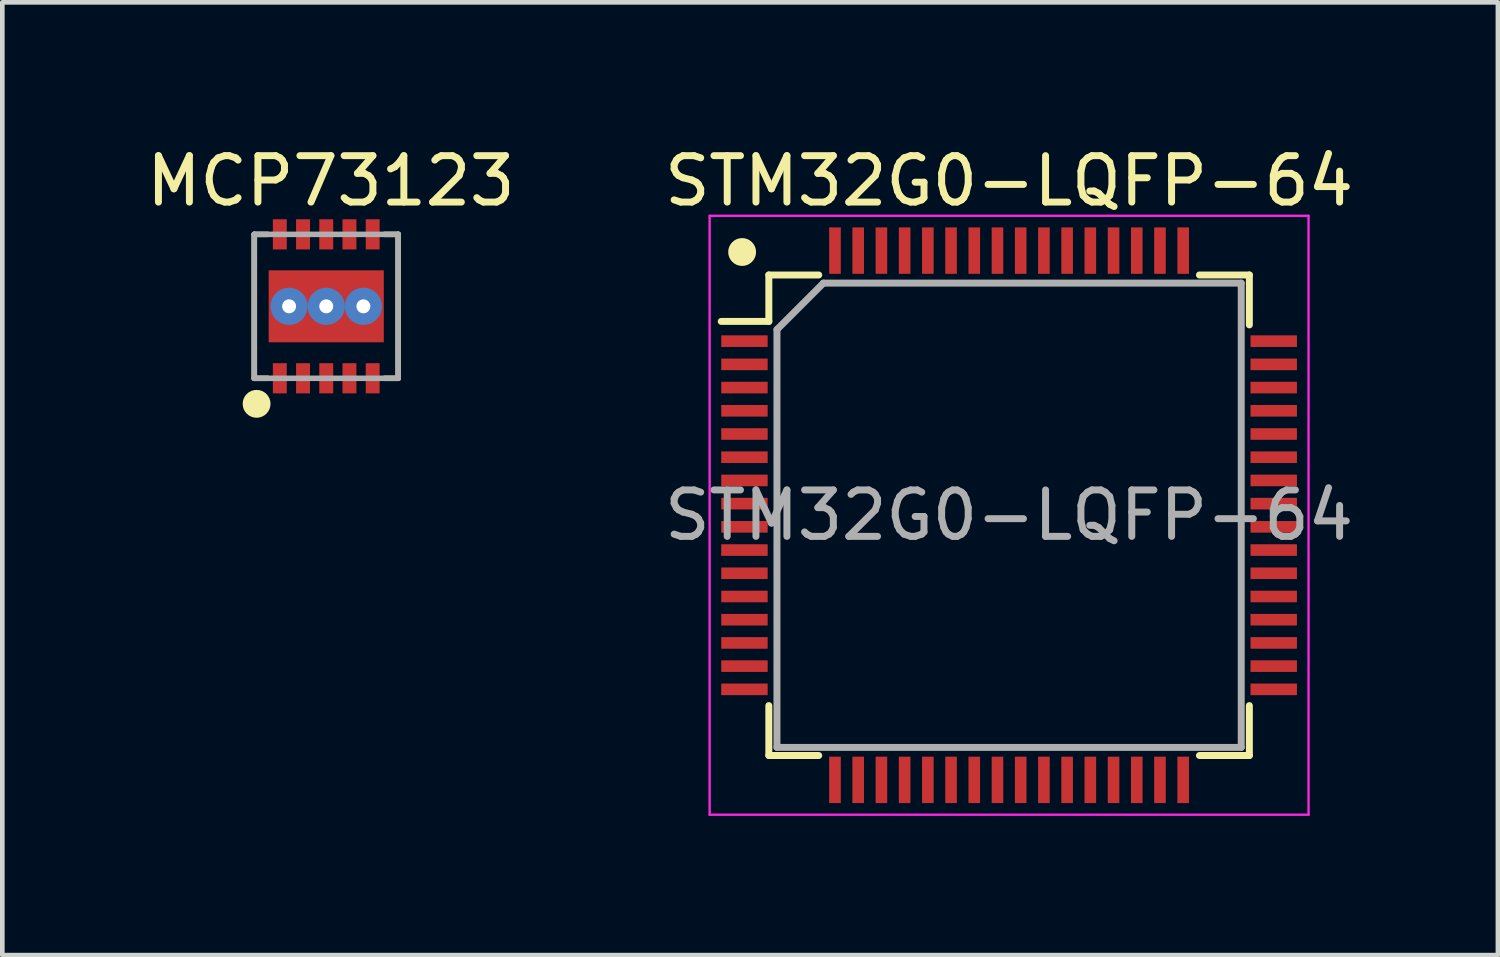
<source format=kicad_pcb>
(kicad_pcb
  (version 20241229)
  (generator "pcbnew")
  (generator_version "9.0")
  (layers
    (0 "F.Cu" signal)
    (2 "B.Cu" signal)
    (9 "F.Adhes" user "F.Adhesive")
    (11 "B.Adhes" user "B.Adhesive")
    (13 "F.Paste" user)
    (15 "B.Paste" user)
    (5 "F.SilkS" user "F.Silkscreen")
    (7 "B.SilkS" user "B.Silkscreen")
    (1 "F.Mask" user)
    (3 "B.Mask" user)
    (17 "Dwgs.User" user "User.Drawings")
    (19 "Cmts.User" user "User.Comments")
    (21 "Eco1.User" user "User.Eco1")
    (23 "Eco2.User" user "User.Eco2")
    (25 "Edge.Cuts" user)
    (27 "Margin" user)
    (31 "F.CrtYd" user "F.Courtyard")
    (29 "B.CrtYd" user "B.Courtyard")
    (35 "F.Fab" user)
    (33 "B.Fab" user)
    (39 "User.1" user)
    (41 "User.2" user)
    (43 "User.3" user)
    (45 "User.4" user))
  (footprint "MCP73123"
    (layer "F.Cu")
    (at 3.977 3.548)
    (property "Reference" "MCP73123" (at 0.1 -2.7 0) (layer "F.SilkS") (effects (font (size 1 1) (thickness 0.15))))
    (attr through_hole)
    (fp_line (start -1.55 -1.55) (end -1.55 1.55) (stroke (width 0.12) (type solid)) (layer "F.SilkS"))
    (fp_line (start -1.55 1.55) (end -1.26 1.55) (stroke (width 0.12) (type solid)) (layer "F.SilkS"))
    (fp_line (start -1.26 -1.55) (end -1.55 -1.55) (stroke (width 0.12) (type solid)) (layer "F.SilkS"))
    (fp_line (start 1.26 -1.55) (end 1.55 -1.55) (stroke (width 0.12) (type solid)) (layer "F.SilkS"))
    (fp_line (start 1.55 -1.55) (end 1.55 1.55) (stroke (width 0.12) (type solid)) (layer "F.SilkS"))
    (fp_line (start 1.55 1.55) (end 1.26 1.55) (stroke (width 0.12) (type solid)) (layer "F.SilkS"))
    (fp_circle (center -1.5 2.1) (end -1.35 2.1) (stroke (width 0.3) (type solid)) (fill no) (layer "F.SilkS"))
    (fp_line (start -1.55 -1.55) (end -1.55 1.55) (stroke (width 0.12) (type solid)) (layer "F.Fab"))
    (fp_line (start -1.55 -1.55) (end 1.55 -1.55) (stroke (width 0.12) (type solid)) (layer "F.Fab"))
    (fp_line (start -1.55 1.55) (end 1.55 1.55) (stroke (width 0.12) (type solid)) (layer "F.Fab"))
    (fp_line (start 1.55 -1.55) (end 1.55 1.55) (stroke (width 0.12) (type solid)) (layer "F.Fab"))
    (pad "1" smd rect (at -1 1.55) (size 0.3 0.65) (layers "F.Cu" "F.Mask" "F.Paste"))
    (pad "2" smd rect (at -0.5 1.55) (size 0.3 0.65) (layers "F.Cu" "F.Mask" "F.Paste"))
    (pad "3" smd rect (at 0 1.55) (size 0.3 0.65) (layers "F.Cu" "F.Mask" "F.Paste"))
    (pad "4" smd rect (at 0.5 1.55) (size 0.3 0.65) (layers "F.Cu" "F.Mask" "F.Paste"))
    (pad "5" smd rect (at 1 1.55) (size 0.3 0.65) (layers "F.Cu" "F.Mask" "F.Paste"))
    (pad "6" smd rect (at -1 -1.55) (size 0.3 0.65) (layers "F.Cu" "F.Mask" "F.Paste"))
    (pad "7" smd rect (at -0.5 -1.55) (size 0.3 0.65) (layers "F.Cu" "F.Mask" "F.Paste"))
    (pad "8" smd rect (at 0 -1.55) (size 0.3 0.65) (layers "F.Cu" "F.Mask" "F.Paste"))
    (pad "9" smd rect (at 0.5 -1.55) (size 0.3 0.65) (layers "F.Cu" "F.Mask" "F.Paste"))
    (pad "10" smd rect (at 1 -1.55) (size 0.3 0.65) (layers "F.Cu" "F.Mask" "F.Paste"))
    (pad "11" smd rect (at 0 0) (size 2.48 1.55) (layers "F.Cu" "F.Mask" "F.Paste"))
    (pad "12" thru_hole circle (at -0.8 0) (size 0.8 0.8) (drill 0.3) (layers "*.Cu" "*.Mask"))
    (pad "12" thru_hole circle (at 0 0) (size 0.8 0.8) (drill 0.3) (layers "*.Cu" "*.Mask"))
    (pad "12" thru_hole circle (at 0.8 0) (size 0.8 0.8) (drill 0.3) (layers "*.Cu" "*.Mask")))
  (footprint "STM32G0-LQFP-64"
    (layer "F.Cu")
    (at 18.685 8.048)
    (property "Reference" "STM32G0-LQFP-64" (at 0 -7.2 0) (layer "F.SilkS") (effects (font (size 1 1) (thickness 0.15))))
    (attr smd)
    (fp_line (start -5.175 -5.175) (end -5.175 -4.175) (stroke (width 0.15) (type solid)) (layer "F.SilkS"))
    (fp_line (start -5.175 -5.175) (end -4.1 -5.175) (stroke (width 0.15) (type solid)) (layer "F.SilkS"))
    (fp_line (start -5.175 -4.175) (end -6.2 -4.175) (stroke (width 0.15) (type solid)) (layer "F.SilkS"))
    (fp_line (start -5.175 5.175) (end -5.175 4.1) (stroke (width 0.15) (type solid)) (layer "F.SilkS"))
    (fp_line (start -5.175 5.175) (end -4.1 5.175) (stroke (width 0.15) (type solid)) (layer "F.SilkS"))
    (fp_line (start 5.175 -5.175) (end 4.1 -5.175) (stroke (width 0.15) (type solid)) (layer "F.SilkS"))
    (fp_line (start 5.175 -5.175) (end 5.175 -4.1) (stroke (width 0.15) (type solid)) (layer "F.SilkS"))
    (fp_line (start 5.175 5.175) (end 4.1 5.175) (stroke (width 0.15) (type solid)) (layer "F.SilkS"))
    (fp_line (start 5.175 5.175) (end 5.175 4.1) (stroke (width 0.15) (type solid)) (layer "F.SilkS"))
    (fp_circle (center -5.75 -5.67) (end -5.6 -5.67) (stroke (width 0.3) (type solid)) (fill no) (layer "F.SilkS"))
    (fp_line (start -6.45 -6.45) (end -6.45 6.45) (stroke (width 0.05) (type solid)) (layer "F.CrtYd"))
    (fp_line (start -6.45 -6.45) (end 6.45 -6.45) (stroke (width 0.05) (type solid)) (layer "F.CrtYd"))
    (fp_line (start -6.45 6.45) (end 6.45 6.45) (stroke (width 0.05) (type solid)) (layer "F.CrtYd"))
    (fp_line (start 6.45 -6.45) (end 6.45 6.45) (stroke (width 0.05) (type solid)) (layer "F.CrtYd"))
    (fp_line (start -5 -4) (end -4 -5) (stroke (width 0.15) (type solid)) (layer "F.Fab"))
    (fp_line (start -5 5) (end -5 -4) (stroke (width 0.15) (type solid)) (layer "F.Fab"))
    (fp_line (start -4 -5) (end 5 -5) (stroke (width 0.15) (type solid)) (layer "F.Fab"))
    (fp_line (start 5 -5) (end 5 5) (stroke (width 0.15) (type solid)) (layer "F.Fab"))
    (fp_line (start 5 5) (end -5 5) (stroke (width 0.15) (type solid)) (layer "F.Fab"))
    (fp_text user "${REFERENCE}" (at 0 0 0) (layer "F.Fab") (effects (font (size 1 1) (thickness 0.15))))
    (pad "1" smd rect (at -5.7 -3.75) (size 1 0.25) (layers "F.Cu" "F.Mask" "F.Paste"))
    (pad "2" smd rect (at -5.7 -3.25) (size 1 0.25) (layers "F.Cu" "F.Mask" "F.Paste"))
    (pad "3" smd rect (at -5.7 -2.75) (size 1 0.25) (layers "F.Cu" "F.Mask" "F.Paste"))
    (pad "4" smd rect (at -5.7 -2.25) (size 1 0.25) (layers "F.Cu" "F.Mask" "F.Paste"))
    (pad "5" smd rect (at -5.7 -1.75) (size 1 0.25) (layers "F.Cu" "F.Mask" "F.Paste"))
    (pad "6" smd rect (at -5.7 -1.25) (size 1 0.25) (layers "F.Cu" "F.Mask" "F.Paste"))
    (pad "7" smd rect (at -5.7 -0.75) (size 1 0.25) (layers "F.Cu" "F.Mask" "F.Paste"))
    (pad "8" smd rect (at -5.7 -0.25) (size 1 0.25) (layers "F.Cu" "F.Mask" "F.Paste"))
    (pad "9" smd rect (at -5.7 0.25) (size 1 0.25) (layers "F.Cu" "F.Mask" "F.Paste"))
    (pad "10" smd rect (at -5.7 0.75) (size 1 0.25) (layers "F.Cu" "F.Mask" "F.Paste"))
    (pad "11" smd rect (at -5.7 1.25) (size 1 0.25) (layers "F.Cu" "F.Mask" "F.Paste"))
    (pad "12" smd rect (at -5.7 1.75) (size 1 0.25) (layers "F.Cu" "F.Mask" "F.Paste"))
    (pad "13" smd rect (at -5.7 2.25) (size 1 0.25) (layers "F.Cu" "F.Mask" "F.Paste"))
    (pad "14" smd rect (at -5.7 2.75) (size 1 0.25) (layers "F.Cu" "F.Mask" "F.Paste"))
    (pad "15" smd rect (at -5.7 3.25) (size 1 0.25) (layers "F.Cu" "F.Mask" "F.Paste"))
    (pad "16" smd rect (at -5.7 3.75) (size 1 0.25) (layers "F.Cu" "F.Mask" "F.Paste"))
    (pad "17" smd rect (at -3.75 5.7 90) (size 1 0.25) (layers "F.Cu" "F.Mask" "F.Paste"))
    (pad "18" smd rect (at -3.25 5.7 90) (size 1 0.25) (layers "F.Cu" "F.Mask" "F.Paste"))
    (pad "19" smd rect (at -2.75 5.7 90) (size 1 0.25) (layers "F.Cu" "F.Mask" "F.Paste"))
    (pad "20" smd rect (at -2.25 5.7 90) (size 1 0.25) (layers "F.Cu" "F.Mask" "F.Paste"))
    (pad "21" smd rect (at -1.75 5.7 90) (size 1 0.25) (layers "F.Cu" "F.Mask" "F.Paste"))
    (pad "22" smd rect (at -1.25 5.7 90) (size 1 0.25) (layers "F.Cu" "F.Mask" "F.Paste"))
    (pad "23" smd rect (at -0.75 5.7 90) (size 1 0.25) (layers "F.Cu" "F.Mask" "F.Paste"))
    (pad "24" smd rect (at -0.25 5.7 90) (size 1 0.25) (layers "F.Cu" "F.Mask" "F.Paste"))
    (pad "25" smd rect (at 0.25 5.7 90) (size 1 0.25) (layers "F.Cu" "F.Mask" "F.Paste"))
    (pad "26" smd rect (at 0.75 5.7 90) (size 1 0.25) (layers "F.Cu" "F.Mask" "F.Paste"))
    (pad "27" smd rect (at 1.25 5.7 90) (size 1 0.25) (layers "F.Cu" "F.Mask" "F.Paste"))
    (pad "28" smd rect (at 1.75 5.7 90) (size 1 0.25) (layers "F.Cu" "F.Mask" "F.Paste"))
    (pad "29" smd rect (at 2.25 5.7 90) (size 1 0.25) (layers "F.Cu" "F.Mask" "F.Paste"))
    (pad "30" smd rect (at 2.75 5.7 90) (size 1 0.25) (layers "F.Cu" "F.Mask" "F.Paste"))
    (pad "31" smd rect (at 3.25 5.7 90) (size 1 0.25) (layers "F.Cu" "F.Mask" "F.Paste"))
    (pad "32" smd rect (at 3.75 5.7 90) (size 1 0.25) (layers "F.Cu" "F.Mask" "F.Paste"))
    (pad "33" smd rect (at 5.7 3.75) (size 1 0.25) (layers "F.Cu" "F.Mask" "F.Paste"))
    (pad "34" smd rect (at 5.7 3.25) (size 1 0.25) (layers "F.Cu" "F.Mask" "F.Paste"))
    (pad "35" smd rect (at 5.7 2.75) (size 1 0.25) (layers "F.Cu" "F.Mask" "F.Paste"))
    (pad "36" smd rect (at 5.7 2.25) (size 1 0.25) (layers "F.Cu" "F.Mask" "F.Paste"))
    (pad "37" smd rect (at 5.7 1.75) (size 1 0.25) (layers "F.Cu" "F.Mask" "F.Paste"))
    (pad "38" smd rect (at 5.7 1.25) (size 1 0.25) (layers "F.Cu" "F.Mask" "F.Paste"))
    (pad "39" smd rect (at 5.7 0.75) (size 1 0.25) (layers "F.Cu" "F.Mask" "F.Paste"))
    (pad "40" smd rect (at 5.7 0.25) (size 1 0.25) (layers "F.Cu" "F.Mask" "F.Paste"))
    (pad "41" smd rect (at 5.7 -0.25) (size 1 0.25) (layers "F.Cu" "F.Mask" "F.Paste"))
    (pad "42" smd rect (at 5.7 -0.75) (size 1 0.25) (layers "F.Cu" "F.Mask" "F.Paste"))
    (pad "43" smd rect (at 5.7 -1.25) (size 1 0.25) (layers "F.Cu" "F.Mask" "F.Paste"))
    (pad "44" smd rect (at 5.7 -1.75) (size 1 0.25) (layers "F.Cu" "F.Mask" "F.Paste"))
    (pad "45" smd rect (at 5.7 -2.25) (size 1 0.25) (layers "F.Cu" "F.Mask" "F.Paste"))
    (pad "46" smd rect (at 5.7 -2.75) (size 1 0.25) (layers "F.Cu" "F.Mask" "F.Paste"))
    (pad "47" smd rect (at 5.7 -3.25) (size 1 0.25) (layers "F.Cu" "F.Mask" "F.Paste"))
    (pad "48" smd rect (at 5.7 -3.75) (size 1 0.25) (layers "F.Cu" "F.Mask" "F.Paste"))
    (pad "49" smd rect (at 3.75 -5.7 90) (size 1 0.25) (layers "F.Cu" "F.Mask" "F.Paste"))
    (pad "50" smd rect (at 3.25 -5.7 90) (size 1 0.25) (layers "F.Cu" "F.Mask" "F.Paste"))
    (pad "51" smd rect (at 2.75 -5.7 90) (size 1 0.25) (layers "F.Cu" "F.Mask" "F.Paste"))
    (pad "52" smd rect (at 2.25 -5.7 90) (size 1 0.25) (layers "F.Cu" "F.Mask" "F.Paste"))
    (pad "53" smd rect (at 1.75 -5.7 90) (size 1 0.25) (layers "F.Cu" "F.Mask" "F.Paste"))
    (pad "54" smd rect (at 1.25 -5.7 90) (size 1 0.25) (layers "F.Cu" "F.Mask" "F.Paste"))
    (pad "55" smd rect (at 0.75 -5.7 90) (size 1 0.25) (layers "F.Cu" "F.Mask" "F.Paste"))
    (pad "56" smd rect (at 0.25 -5.7 90) (size 1 0.25) (layers "F.Cu" "F.Mask" "F.Paste"))
    (pad "57" smd rect (at -0.25 -5.7 90) (size 1 0.25) (layers "F.Cu" "F.Mask" "F.Paste"))
    (pad "58" smd rect (at -0.75 -5.7 90) (size 1 0.25) (layers "F.Cu" "F.Mask" "F.Paste"))
    (pad "59" smd rect (at -1.25 -5.7 90) (size 1 0.25) (layers "F.Cu" "F.Mask" "F.Paste"))
    (pad "60" smd rect (at -1.75 -5.7 90) (size 1 0.25) (layers "F.Cu" "F.Mask" "F.Paste"))
    (pad "61" smd rect (at -2.25 -5.7 90) (size 1 0.25) (layers "F.Cu" "F.Mask" "F.Paste"))
    (pad "62" smd rect (at -2.75 -5.7 90) (size 1 0.25) (layers "F.Cu" "F.Mask" "F.Paste"))
    (pad "63" smd rect (at -3.25 -5.7 90) (size 1 0.25) (layers "F.Cu" "F.Mask" "F.Paste"))
    (pad "64" smd rect (at -3.75 -5.7 90) (size 1 0.25) (layers "F.Cu" "F.Mask" "F.Paste")))
  (gr_rect
    (start -3 -3)
    (end 29.214 17.523)
    (stroke (width 0.1) (type default))
    (fill no)
    (layer "Edge.Cuts")))
</source>
